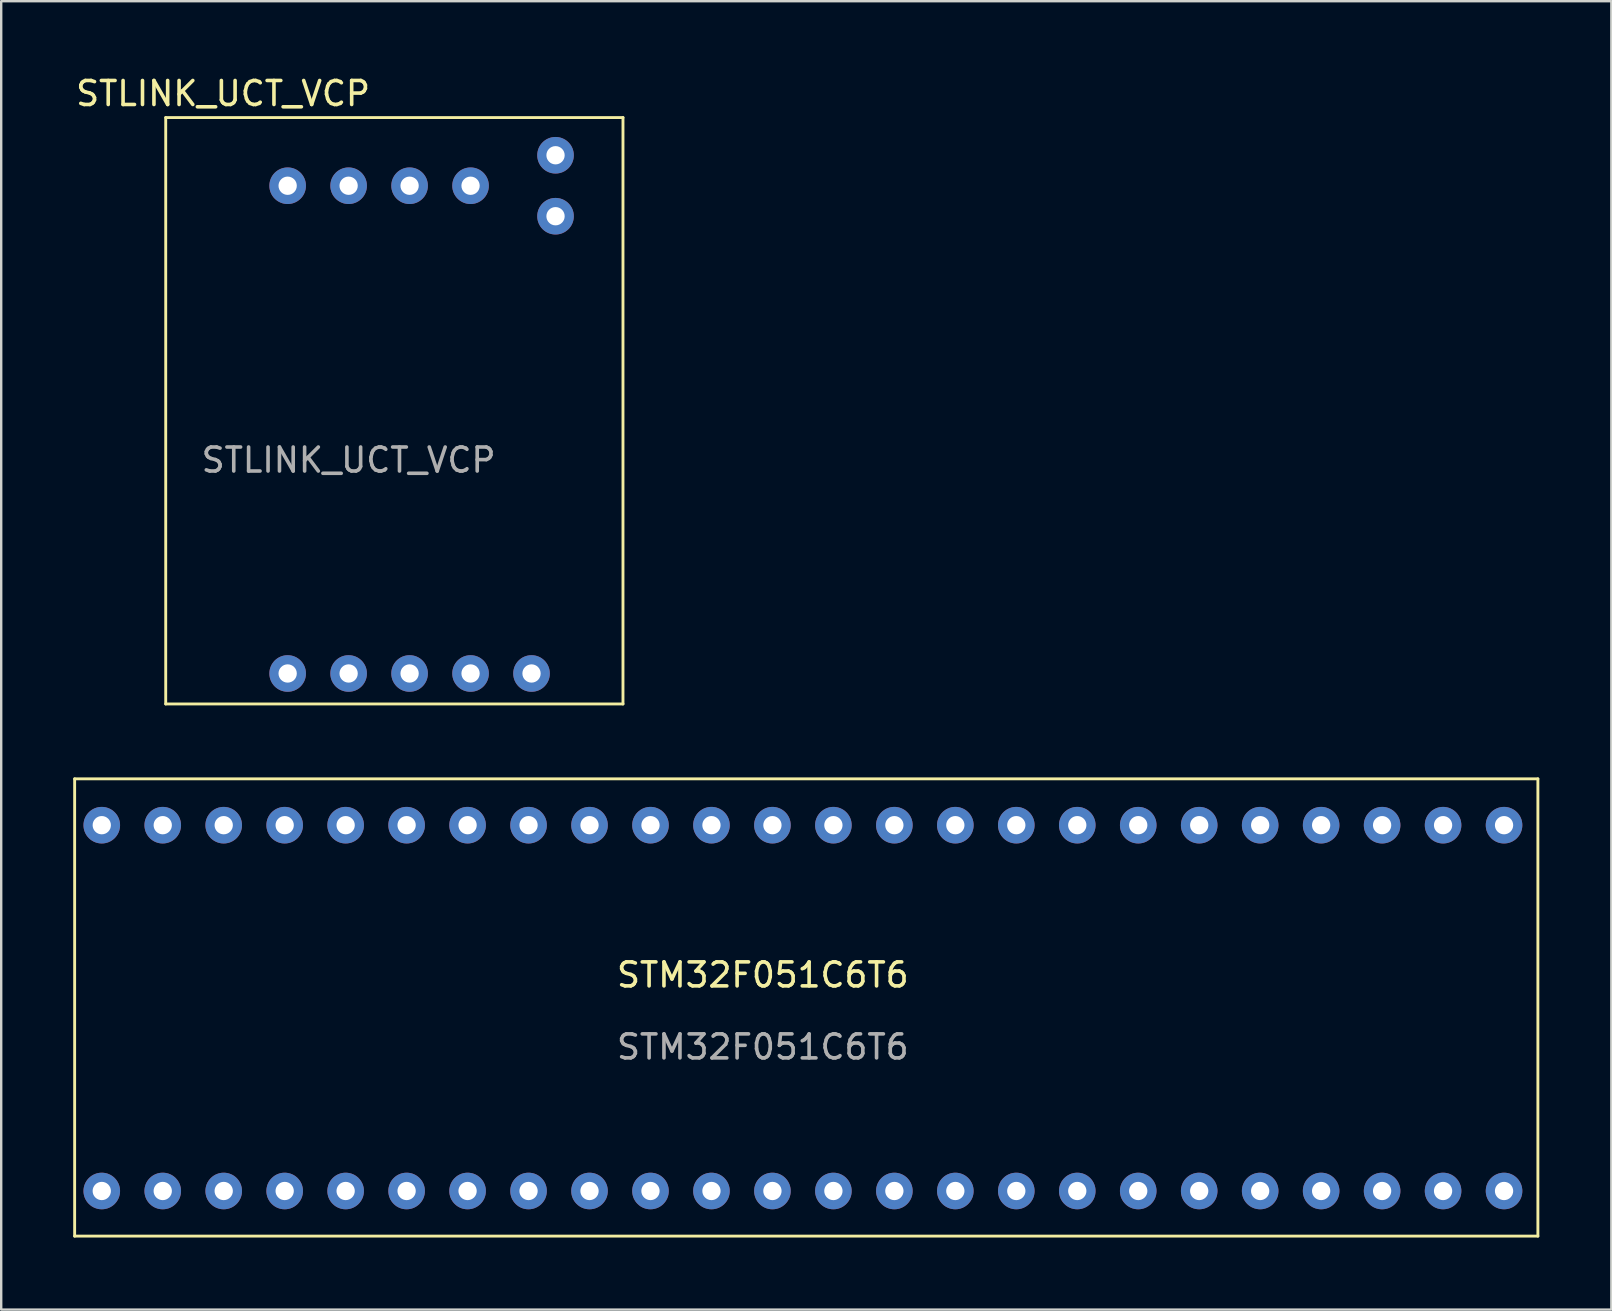
<source format=kicad_pcb>
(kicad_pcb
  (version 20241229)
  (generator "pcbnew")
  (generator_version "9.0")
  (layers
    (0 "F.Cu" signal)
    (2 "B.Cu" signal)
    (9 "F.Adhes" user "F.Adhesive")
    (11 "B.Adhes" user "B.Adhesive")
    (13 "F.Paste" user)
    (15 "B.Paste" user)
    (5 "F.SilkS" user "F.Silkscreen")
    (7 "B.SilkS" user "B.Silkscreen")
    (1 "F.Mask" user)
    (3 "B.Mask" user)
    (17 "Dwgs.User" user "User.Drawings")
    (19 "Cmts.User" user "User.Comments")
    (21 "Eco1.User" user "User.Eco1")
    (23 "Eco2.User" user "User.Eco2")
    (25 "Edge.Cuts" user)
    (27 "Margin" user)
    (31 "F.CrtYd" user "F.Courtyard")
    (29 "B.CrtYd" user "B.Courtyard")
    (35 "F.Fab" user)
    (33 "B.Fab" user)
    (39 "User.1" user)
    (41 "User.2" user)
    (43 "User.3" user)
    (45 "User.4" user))
  (footprint "STLINK_UCT_VCP"
    (layer "F.Cu")
    (at 12.744 14.848)
    (property "Reference" "STLINK_UCT_VCP" (at -6.5 -14 0) (unlocked yes) (layer "F.SilkS") (effects (font (size 1 1) (thickness 0.15))))
    (attr through_hole)
    (fp_line (start -8.89 -13) (end 10.16 -13) (stroke (width 0.12) (type solid)) (layer "F.SilkS"))
    (fp_line (start -8.89 11.43) (end -8.89 -13) (stroke (width 0.12) (type solid)) (layer "F.SilkS"))
    (fp_line (start 10.16 -13) (end 10.16 11.43) (stroke (width 0.12) (type solid)) (layer "F.SilkS"))
    (fp_line (start 10.16 11.43) (end -8.89 11.43) (stroke (width 0.12) (type solid)) (layer "F.SilkS"))
    (fp_text user "${REFERENCE}" (at -1.27 1.27 0) (unlocked yes) (layer "F.Fab") (effects (font (size 1 1) (thickness 0.15))))
    (pad "1" thru_hole circle (at 6.35 10.16) (size 1.524 1.524) (drill 0.762) (layers "*.Cu" "*.Mask"))
    (pad "2" thru_hole circle (at 3.81 10.16) (size 1.524 1.524) (drill 0.762) (layers "*.Cu" "*.Mask"))
    (pad "3" thru_hole circle (at 1.27 10.16) (size 1.524 1.524) (drill 0.762) (layers "*.Cu" "*.Mask"))
    (pad "4" thru_hole circle (at -1.27 10.16) (size 1.524 1.524) (drill 0.762) (layers "*.Cu" "*.Mask"))
    (pad "5" thru_hole circle (at -3.81 10.16) (size 1.524 1.524) (drill 0.762) (layers "*.Cu" "*.Mask"))
    (pad "6" thru_hole circle (at 3.81 -10.16) (size 1.524 1.524) (drill 0.762) (layers "*.Cu" "*.Mask"))
    (pad "7" thru_hole circle (at 1.27 -10.16) (size 1.524 1.524) (drill 0.762) (layers "*.Cu" "*.Mask"))
    (pad "8" thru_hole circle (at -1.27 -10.16) (size 1.524 1.524) (drill 0.762) (layers "*.Cu" "*.Mask"))
    (pad "9" thru_hole circle (at -3.81 -10.16) (size 1.524 1.524) (drill 0.762) (layers "*.Cu" "*.Mask"))
    (pad "10" thru_hole circle (at 7.35 -11.43) (size 1.524 1.524) (drill 0.762) (layers "*.Cu" "*.Mask"))
    (pad "11" thru_hole circle (at 7.35 -8.89) (size 1.524 1.524) (drill 0.762) (layers "*.Cu" "*.Mask")))
  (footprint "STM32F051C6T6"
    (layer "F.Cu")
    (at 29.35 41.068)
    (property "Reference" "STM32F051C6T6" (at -0.62 -3.5 0) (unlocked yes) (layer "F.SilkS") (effects (font (size 1 1) (thickness 0.15))))
    (attr smd)
    (fp_line (start -29.29 -11.67) (end -29.29 7.38) (stroke (width 0.12) (type solid)) (layer "F.SilkS"))
    (fp_line (start -29.29 -11.67) (end 31.67 -11.67) (stroke (width 0.12) (type solid)) (layer "F.SilkS"))
    (fp_line (start 31.67 -11.67) (end 31.67 7.38) (stroke (width 0.12) (type solid)) (layer "F.SilkS"))
    (fp_line (start 31.67 7.38) (end -29.29 7.38) (stroke (width 0.12) (type solid)) (layer "F.SilkS"))
    (fp_text user "${REFERENCE}" (at -0.62 -0.5 0) (unlocked yes) (layer "F.Fab") (effects (font (size 1 1) (thickness 0.15))))
    (pad "1" thru_hole circle (at -28.16 5.5) (size 1.524 1.524) (drill 0.762) (layers "*.Cu" "*.Mask"))
    (pad "2" thru_hole circle (at -25.62 5.5) (size 1.524 1.524) (drill 0.762) (layers "*.Cu" "*.Mask"))
    (pad "3" thru_hole circle (at -23.08 5.5) (size 1.524 1.524) (drill 0.762) (layers "*.Cu" "*.Mask"))
    (pad "4" thru_hole circle (at -20.54 5.5) (size 1.524 1.524) (drill 0.762) (layers "*.Cu" "*.Mask"))
    (pad "5" thru_hole circle (at -18 5.5) (size 1.524 1.524) (drill 0.762) (layers "*.Cu" "*.Mask"))
    (pad "6" thru_hole circle (at -15.46 5.5) (size 1.524 1.524) (drill 0.762) (layers "*.Cu" "*.Mask"))
    (pad "7" thru_hole circle (at -12.92 5.5) (size 1.524 1.524) (drill 0.762) (layers "*.Cu" "*.Mask"))
    (pad "8" thru_hole circle (at -10.38 5.5) (size 1.524 1.524) (drill 0.762) (layers "*.Cu" "*.Mask"))
    (pad "9" thru_hole circle (at -7.84 5.5) (size 1.524 1.524) (drill 0.762) (layers "*.Cu" "*.Mask"))
    (pad "10" thru_hole circle (at -5.3 5.5) (size 1.524 1.524) (drill 0.762) (layers "*.Cu" "*.Mask"))
    (pad "11" thru_hole circle (at -2.76 5.5) (size 1.524 1.524) (drill 0.762) (layers "*.Cu" "*.Mask"))
    (pad "12" thru_hole circle (at -0.22 5.5) (size 1.524 1.524) (drill 0.762) (layers "*.Cu" "*.Mask"))
    (pad "13" thru_hole circle (at 2.32 5.5) (size 1.524 1.524) (drill 0.762) (layers "*.Cu" "*.Mask"))
    (pad "14" thru_hole circle (at 4.86 5.5) (size 1.524 1.524) (drill 0.762) (layers "*.Cu" "*.Mask"))
    (pad "15" thru_hole circle (at 7.4 5.5) (size 1.524 1.524) (drill 0.762) (layers "*.Cu" "*.Mask"))
    (pad "16" thru_hole circle (at 9.94 5.5) (size 1.524 1.524) (drill 0.762) (layers "*.Cu" "*.Mask"))
    (pad "17" thru_hole circle (at 12.48 5.5) (size 1.524 1.524) (drill 0.762) (layers "*.Cu" "*.Mask"))
    (pad "18" thru_hole circle (at 15.02 5.5) (size 1.524 1.524) (drill 0.762) (layers "*.Cu" "*.Mask"))
    (pad "19" thru_hole circle (at 17.56 5.5) (size 1.524 1.524) (drill 0.762) (layers "*.Cu" "*.Mask"))
    (pad "20" thru_hole circle (at 20.1 5.5) (size 1.524 1.524) (drill 0.762) (layers "*.Cu" "*.Mask"))
    (pad "21" thru_hole circle (at 22.64 5.5) (size 1.524 1.524) (drill 0.762) (layers "*.Cu" "*.Mask"))
    (pad "22" thru_hole circle (at 25.18 5.5) (size 1.524 1.524) (drill 0.762) (layers "*.Cu" "*.Mask"))
    (pad "23" thru_hole circle (at 27.72 5.5) (size 1.524 1.524) (drill 0.762) (layers "*.Cu" "*.Mask"))
    (pad "24" thru_hole circle (at 30.26 5.5) (size 1.524 1.524) (drill 0.762) (layers "*.Cu" "*.Mask"))
    (pad "25" thru_hole circle (at 30.26 -9.74) (size 1.524 1.524) (drill 0.762) (layers "*.Cu" "*.Mask"))
    (pad "26" thru_hole circle (at 27.72 -9.74) (size 1.524 1.524) (drill 0.762) (layers "*.Cu" "*.Mask"))
    (pad "27" thru_hole circle (at 25.18 -9.74) (size 1.524 1.524) (drill 0.762) (layers "*.Cu" "*.Mask"))
    (pad "28" thru_hole circle (at 22.64 -9.74) (size 1.524 1.524) (drill 0.762) (layers "*.Cu" "*.Mask"))
    (pad "29" thru_hole circle (at 20.1 -9.74) (size 1.524 1.524) (drill 0.762) (layers "*.Cu" "*.Mask"))
    (pad "30" thru_hole circle (at 17.56 -9.74) (size 1.524 1.524) (drill 0.762) (layers "*.Cu" "*.Mask"))
    (pad "31" thru_hole circle (at 15.02 -9.74) (size 1.524 1.524) (drill 0.762) (layers "*.Cu" "*.Mask"))
    (pad "32" thru_hole circle (at 12.48 -9.74) (size 1.524 1.524) (drill 0.762) (layers "*.Cu" "*.Mask"))
    (pad "33" thru_hole circle (at 9.94 -9.74) (size 1.524 1.524) (drill 0.762) (layers "*.Cu" "*.Mask"))
    (pad "34" thru_hole circle (at 7.4 -9.74) (size 1.524 1.524) (drill 0.762) (layers "*.Cu" "*.Mask"))
    (pad "35" thru_hole circle (at 4.86 -9.74) (size 1.524 1.524) (drill 0.762) (layers "*.Cu" "*.Mask"))
    (pad "36" thru_hole circle (at 2.32 -9.74) (size 1.524 1.524) (drill 0.762) (layers "*.Cu" "*.Mask"))
    (pad "37" thru_hole circle (at -0.22 -9.74) (size 1.524 1.524) (drill 0.762) (layers "*.Cu" "*.Mask"))
    (pad "38" thru_hole circle (at -2.76 -9.74) (size 1.524 1.524) (drill 0.762) (layers "*.Cu" "*.Mask"))
    (pad "39" thru_hole circle (at -5.3 -9.74) (size 1.524 1.524) (drill 0.762) (layers "*.Cu" "*.Mask"))
    (pad "40" thru_hole circle (at -7.84 -9.74) (size 1.524 1.524) (drill 0.762) (layers "*.Cu" "*.Mask"))
    (pad "41" thru_hole circle (at -10.38 -9.74) (size 1.524 1.524) (drill 0.762) (layers "*.Cu" "*.Mask"))
    (pad "42" thru_hole circle (at -12.92 -9.74) (size 1.524 1.524) (drill 0.762) (layers "*.Cu" "*.Mask"))
    (pad "43" thru_hole circle (at -15.46 -9.74) (size 1.524 1.524) (drill 0.762) (layers "*.Cu" "*.Mask"))
    (pad "44" thru_hole circle (at -18 -9.74) (size 1.524 1.524) (drill 0.762) (layers "*.Cu" "*.Mask"))
    (pad "45" thru_hole circle (at -20.54 -9.74) (size 1.524 1.524) (drill 0.762) (layers "*.Cu" "*.Mask"))
    (pad "46" thru_hole circle (at -23.08 -9.74) (size 1.524 1.524) (drill 0.762) (layers "*.Cu" "*.Mask"))
    (pad "47" thru_hole circle (at -25.62 -9.74) (size 1.524 1.524) (drill 0.762) (layers "*.Cu" "*.Mask"))
    (pad "48" thru_hole circle (at -28.16 -9.74) (size 1.524 1.524) (drill 0.762) (layers "*.Cu" "*.Mask")))
  (gr_rect
    (start -3 -3)
    (end 64.08 51.508)
    (stroke (width 0.1) (type default))
    (fill no)
    (layer "Edge.Cuts")))
</source>
